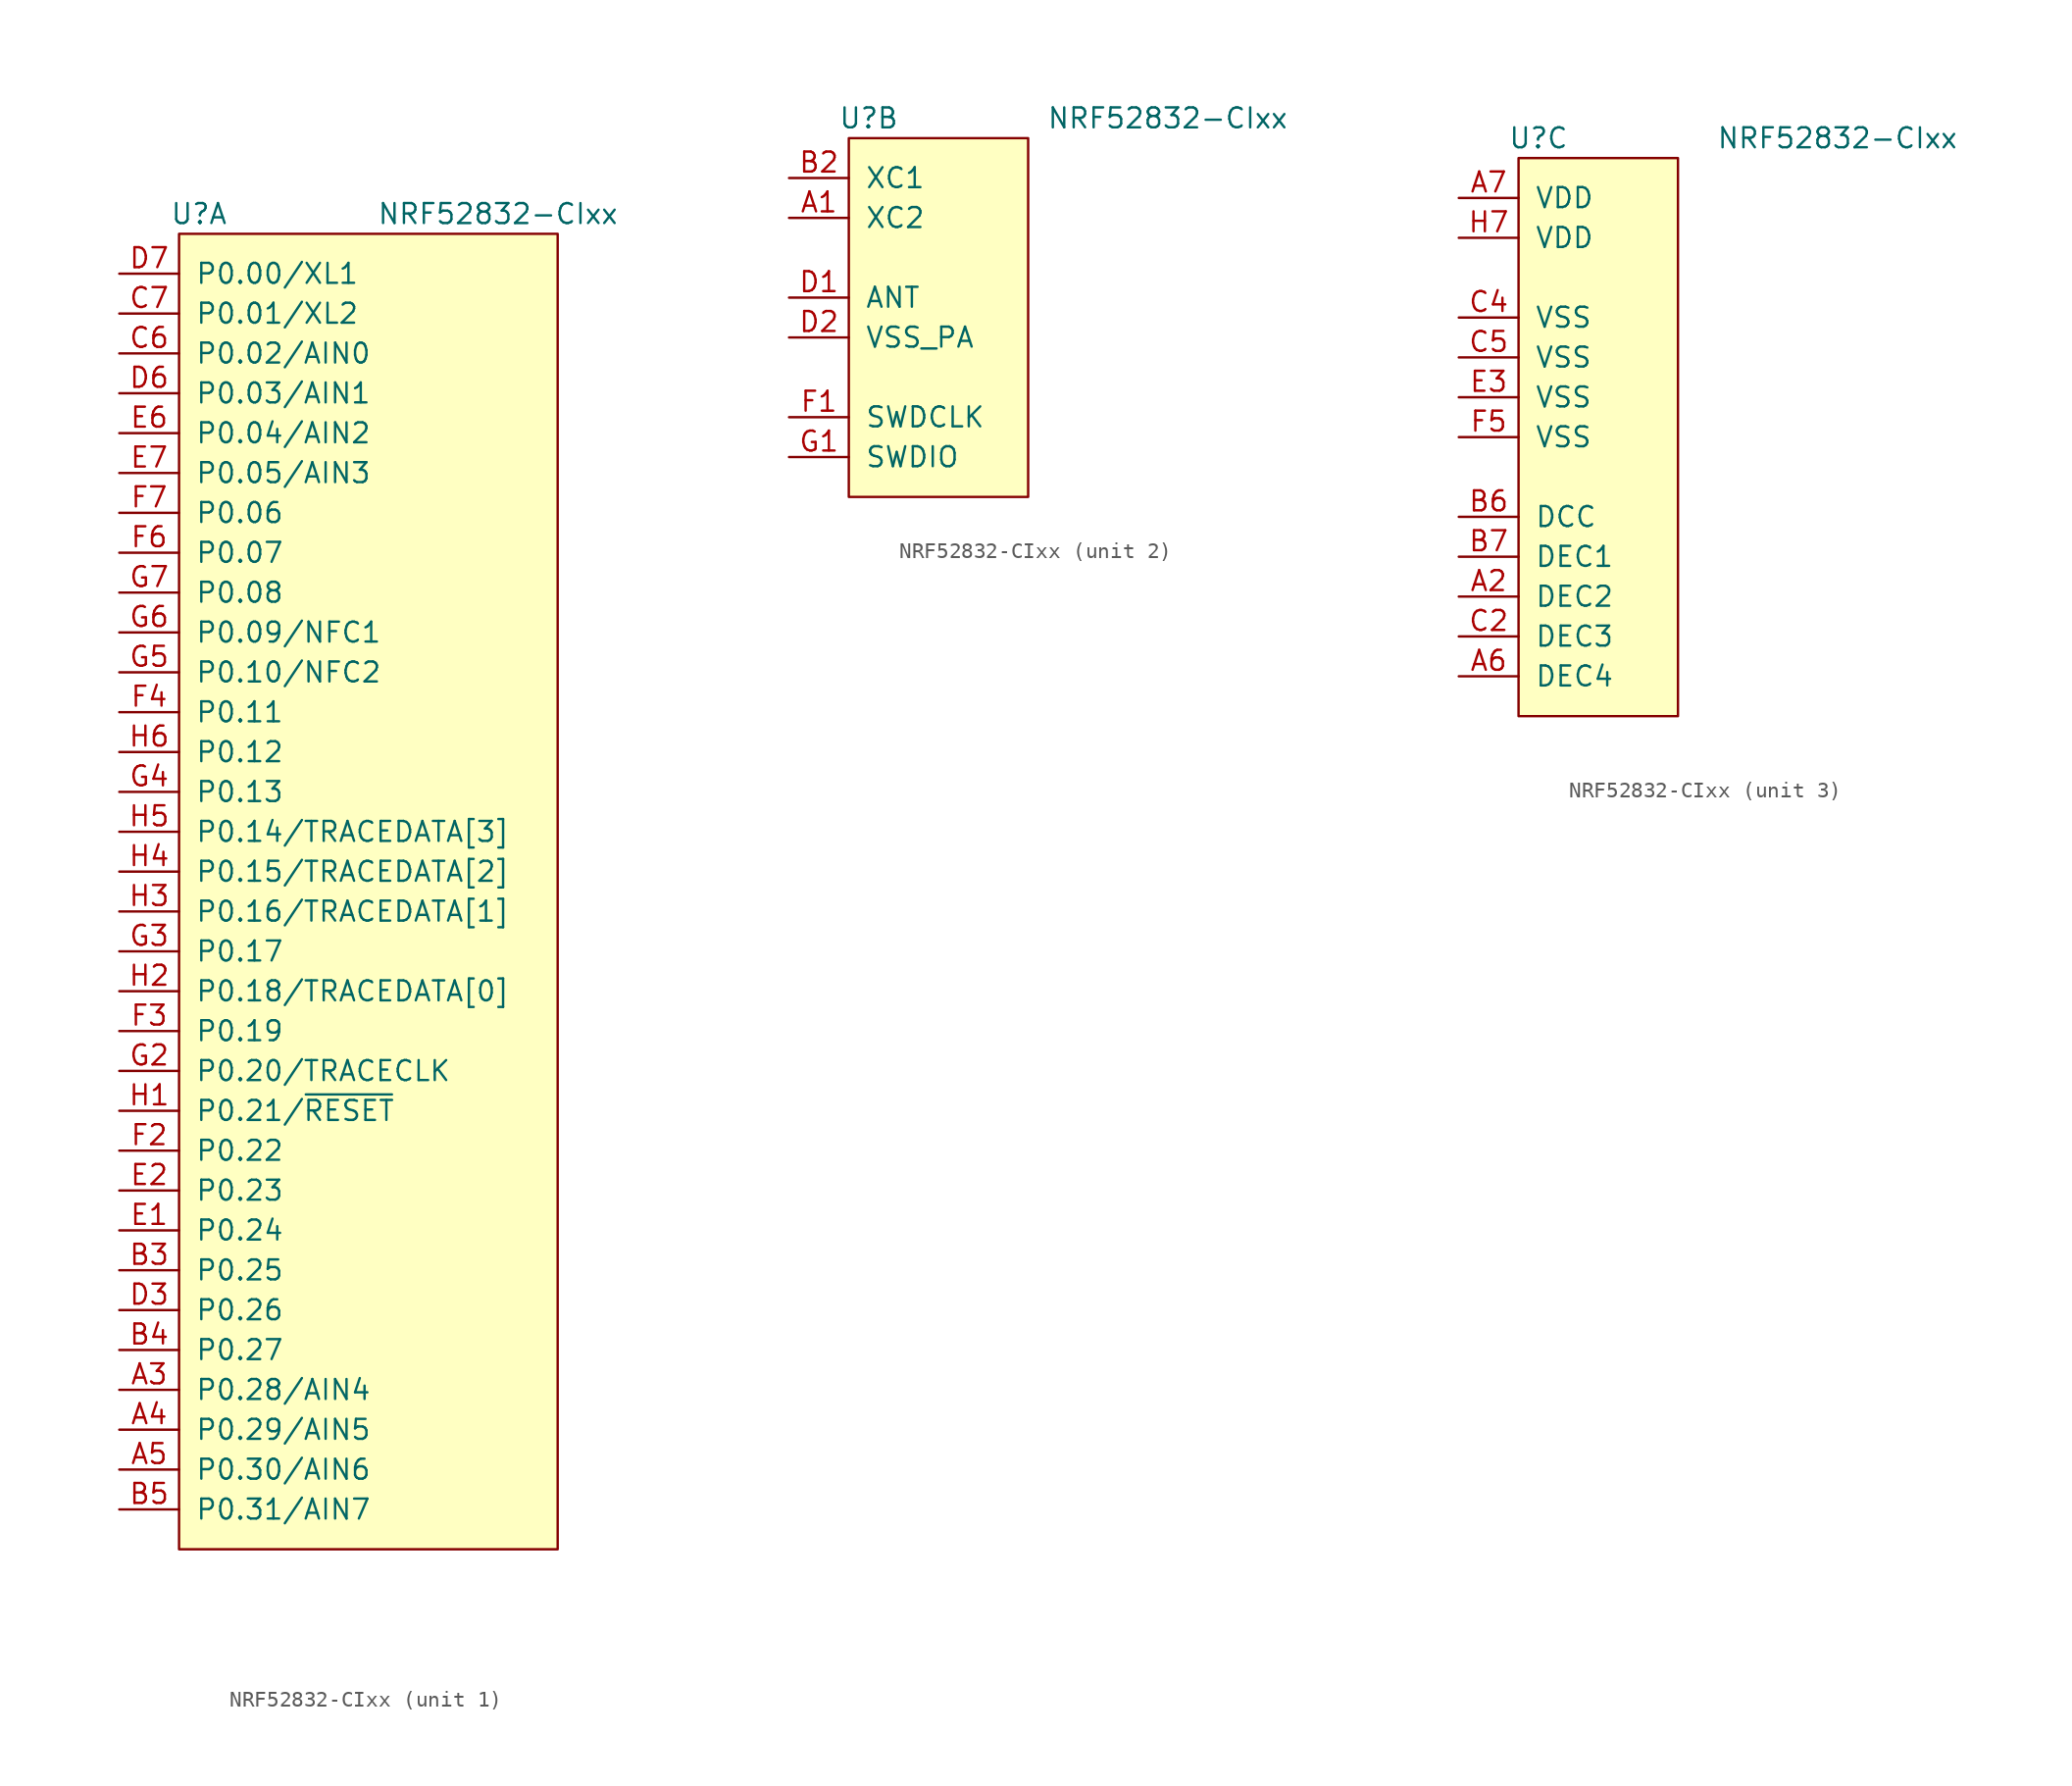
<source format=kicad_sym>
(kicad_symbol_lib
  (version 20211014)
  (generator kicad_symbol_editor)
  (symbol "NRF52832-CIxx"
    (pin_names
      (offset 1.016))
    (property "Reference" "U"
      (at 1.27 1.27 0)
      (effects (font (size 1.27 1.27))))
    (property "Value" "NRF52832-CIxx"
      (at 20.32 1.27 0)
      (effects (font (size 1.27 1.27))))
    (property "ki_locked" ""
      (at 0 0 0)
      (effects (font (size 1.27 1.27))))
    (symbol "NRF52832-CIxx_1_1"
      (rectangle (start 0 0) (end 24.13 -83.82) (stroke (width 0) (type default) (color 0 0 0 0)) (fill (type background)))
      (pin bidirectional line (at -3.81 -73.66 0) (length 3.81) (name "P0.28/AIN4" (effects (font (size 1.27 1.27)))) (number "A3" (effects (font (size 1.27 1.27)))))
      (pin bidirectional line (at -3.81 -76.2 0) (length 3.81) (name "P0.29/AIN5" (effects (font (size 1.27 1.27)))) (number "A4" (effects (font (size 1.27 1.27)))))
      (pin bidirectional line (at -3.81 -78.74 0) (length 3.81) (name "P0.30/AIN6" (effects (font (size 1.27 1.27)))) (number "A5" (effects (font (size 1.27 1.27)))))
      (pin bidirectional line (at -3.81 -66.04 0) (length 3.81) (name "P0.25" (effects (font (size 1.27 1.27)))) (number "B3" (effects (font (size 1.27 1.27)))))
      (pin bidirectional line (at -3.81 -71.12 0) (length 3.81) (name "P0.27" (effects (font (size 1.27 1.27)))) (number "B4" (effects (font (size 1.27 1.27)))))
      (pin bidirectional line (at -3.81 -81.28 0) (length 3.81) (name "P0.31/AIN7" (effects (font (size 1.27 1.27)))) (number "B5" (effects (font (size 1.27 1.27)))))
      (pin bidirectional line (at -3.81 -7.62 0) (length 3.81) (name "P0.02/AIN0" (effects (font (size 1.27 1.27)))) (number "C6" (effects (font (size 1.27 1.27)))))
      (pin bidirectional line (at -3.81 -5.08 0) (length 3.81) (name "P0.01/XL2" (effects (font (size 1.27 1.27)))) (number "C7" (effects (font (size 1.27 1.27)))))
      (pin bidirectional line (at -3.81 -68.58 0) (length 3.81) (name "P0.26" (effects (font (size 1.27 1.27)))) (number "D3" (effects (font (size 1.27 1.27)))))
      (pin bidirectional line (at -3.81 -10.16 0) (length 3.81) (name "P0.03/AIN1" (effects (font (size 1.27 1.27)))) (number "D6" (effects (font (size 1.27 1.27)))))
      (pin bidirectional line (at -3.81 -2.54 0) (length 3.81) (name "P0.00/XL1" (effects (font (size 1.27 1.27)))) (number "D7" (effects (font (size 1.27 1.27)))))
      (pin bidirectional line (at -3.81 -63.5 0) (length 3.81) (name "P0.24" (effects (font (size 1.27 1.27)))) (number "E1" (effects (font (size 1.27 1.27)))))
      (pin bidirectional line (at -3.81 -60.96 0) (length 3.81) (name "P0.23" (effects (font (size 1.27 1.27)))) (number "E2" (effects (font (size 1.27 1.27)))))
      (pin bidirectional line (at -3.81 -12.7 0) (length 3.81) (name "P0.04/AIN2" (effects (font (size 1.27 1.27)))) (number "E6" (effects (font (size 1.27 1.27)))))
      (pin bidirectional line (at -3.81 -15.24 0) (length 3.81) (name "P0.05/AIN3" (effects (font (size 1.27 1.27)))) (number "E7" (effects (font (size 1.27 1.27)))))
      (pin bidirectional line (at -3.81 -58.42 0) (length 3.81) (name "P0.22" (effects (font (size 1.27 1.27)))) (number "F2" (effects (font (size 1.27 1.27)))))
      (pin bidirectional line (at -3.81 -50.8 0) (length 3.81) (name "P0.19" (effects (font (size 1.27 1.27)))) (number "F3" (effects (font (size 1.27 1.27)))))
      (pin bidirectional line (at -3.81 -30.48 0) (length 3.81) (name "P0.11" (effects (font (size 1.27 1.27)))) (number "F4" (effects (font (size 1.27 1.27)))))
      (pin bidirectional line (at -3.81 -20.32 0) (length 3.81) (name "P0.07" (effects (font (size 1.27 1.27)))) (number "F6" (effects (font (size 1.27 1.27)))))
      (pin bidirectional line (at -3.81 -17.78 0) (length 3.81) (name "P0.06" (effects (font (size 1.27 1.27)))) (number "F7" (effects (font (size 1.27 1.27)))))
      (pin bidirectional line (at -3.81 -53.34 0) (length 3.81) (name "P0.20/TRACECLK" (effects (font (size 1.27 1.27)))) (number "G2" (effects (font (size 1.27 1.27)))))
      (pin bidirectional line (at -3.81 -45.72 0) (length 3.81) (name "P0.17" (effects (font (size 1.27 1.27)))) (number "G3" (effects (font (size 1.27 1.27)))))
      (pin bidirectional line (at -3.81 -35.56 0) (length 3.81) (name "P0.13" (effects (font (size 1.27 1.27)))) (number "G4" (effects (font (size 1.27 1.27)))))
      (pin bidirectional line (at -3.81 -27.94 0) (length 3.81) (name "P0.10/NFC2" (effects (font (size 1.27 1.27)))) (number "G5" (effects (font (size 1.27 1.27)))))
      (pin bidirectional line (at -3.81 -25.4 0) (length 3.81) (name "P0.09/NFC1" (effects (font (size 1.27 1.27)))) (number "G6" (effects (font (size 1.27 1.27)))))
      (pin bidirectional line (at -3.81 -22.86 0) (length 3.81) (name "P0.08" (effects (font (size 1.27 1.27)))) (number "G7" (effects (font (size 1.27 1.27)))))
      (pin bidirectional line (at -3.81 -55.88 0) (length 3.81) (name "P0.21/~{RESET}" (effects (font (size 1.27 1.27)))) (number "H1" (effects (font (size 1.27 1.27)))))
      (pin bidirectional line (at -3.81 -48.26 0) (length 3.81) (name "P0.18/TRACEDATA[0]" (effects (font (size 1.27 1.27)))) (number "H2" (effects (font (size 1.27 1.27)))))
      (pin bidirectional line (at -3.81 -43.18 0) (length 3.81) (name "P0.16/TRACEDATA[1]" (effects (font (size 1.27 1.27)))) (number "H3" (effects (font (size 1.27 1.27)))))
      (pin bidirectional line (at -3.81 -40.64 0) (length 3.81) (name "P0.15/TRACEDATA[2]" (effects (font (size 1.27 1.27)))) (number "H4" (effects (font (size 1.27 1.27)))))
      (pin bidirectional line (at -3.81 -38.1 0) (length 3.81) (name "P0.14/TRACEDATA[3]" (effects (font (size 1.27 1.27)))) (number "H5" (effects (font (size 1.27 1.27)))))
      (pin bidirectional line (at -3.81 -33.02 0) (length 3.81) (name "P0.12" (effects (font (size 1.27 1.27)))) (number "H6" (effects (font (size 1.27 1.27))))))
    (symbol "NRF52832-CIxx_2_1"
      (rectangle (start 0 0) (end 11.43 -22.86) (stroke (width 0) (type default) (color 0 0 0 0)) (fill (type background)))
      (pin passive line (at -3.81 -5.08 0) (length 3.81) (name "XC2" (effects (font (size 1.27 1.27)))) (number "A1" (effects (font (size 1.27 1.27)))))
      (pin passive line (at -3.81 -2.54 0) (length 3.81) (name "XC1" (effects (font (size 1.27 1.27)))) (number "B2" (effects (font (size 1.27 1.27)))))
      (pin input line (at -3.81 -10.16 0) (length 3.81) (name "ANT" (effects (font (size 1.27 1.27)))) (number "D1" (effects (font (size 1.27 1.27)))))
      (pin power_in line (at -3.81 -12.7 0) (length 3.81) (name "VSS_PA" (effects (font (size 1.27 1.27)))) (number "D2" (effects (font (size 1.27 1.27)))))
      (pin input line (at -3.81 -17.78 0) (length 3.81) (name "SWDCLK" (effects (font (size 1.27 1.27)))) (number "F1" (effects (font (size 1.27 1.27)))))
      (pin bidirectional line (at -3.81 -20.32 0) (length 3.81) (name "SWDIO" (effects (font (size 1.27 1.27)))) (number "G1" (effects (font (size 1.27 1.27))))))
    (symbol "NRF52832-CIxx_3_1"
      (rectangle (start 0 0) (end 10.16 -35.56) (stroke (width 0) (type default) (color 0 0 0 0)) (fill (type background)))
      (pin passive line (at -3.81 -27.94 0) (length 3.81) (name "DEC2" (effects (font (size 1.27 1.27)))) (number "A2" (effects (font (size 1.27 1.27)))))
      (pin passive line (at -3.81 -33.02 0) (length 3.81) (name "DEC4" (effects (font (size 1.27 1.27)))) (number "A6" (effects (font (size 1.27 1.27)))))
      (pin power_in line (at -3.81 -2.54 0) (length 3.81) (name "VDD" (effects (font (size 1.27 1.27)))) (number "A7" (effects (font (size 1.27 1.27)))))
      (pin passive line (at -3.81 -22.86 0) (length 3.81) (name "DCC" (effects (font (size 1.27 1.27)))) (number "B6" (effects (font (size 1.27 1.27)))))
      (pin passive line (at -3.81 -25.4 0) (length 3.81) (name "DEC1" (effects (font (size 1.27 1.27)))) (number "B7" (effects (font (size 1.27 1.27)))))
      (pin passive line (at -3.81 -30.48 0) (length 3.81) (name "DEC3" (effects (font (size 1.27 1.27)))) (number "C2" (effects (font (size 1.27 1.27)))))
      (pin power_in line (at -3.81 -10.16 0) (length 3.81) (name "VSS" (effects (font (size 1.27 1.27)))) (number "C4" (effects (font (size 1.27 1.27)))))
      (pin power_in line (at -3.81 -12.7 0) (length 3.81) (name "VSS" (effects (font (size 1.27 1.27)))) (number "C5" (effects (font (size 1.27 1.27)))))
      (pin power_in line (at -3.81 -15.24 0) (length 3.81) (name "VSS" (effects (font (size 1.27 1.27)))) (number "E3" (effects (font (size 1.27 1.27)))))
      (pin power_in line (at -3.81 -17.78 0) (length 3.81) (name "VSS" (effects (font (size 1.27 1.27)))) (number "F5" (effects (font (size 1.27 1.27)))))
      (pin power_in line (at -3.81 -5.08 0) (length 3.81) (name "VDD" (effects (font (size 1.27 1.27)))) (number "H7" (effects (font (size 1.27 1.27))))))))
</source>
